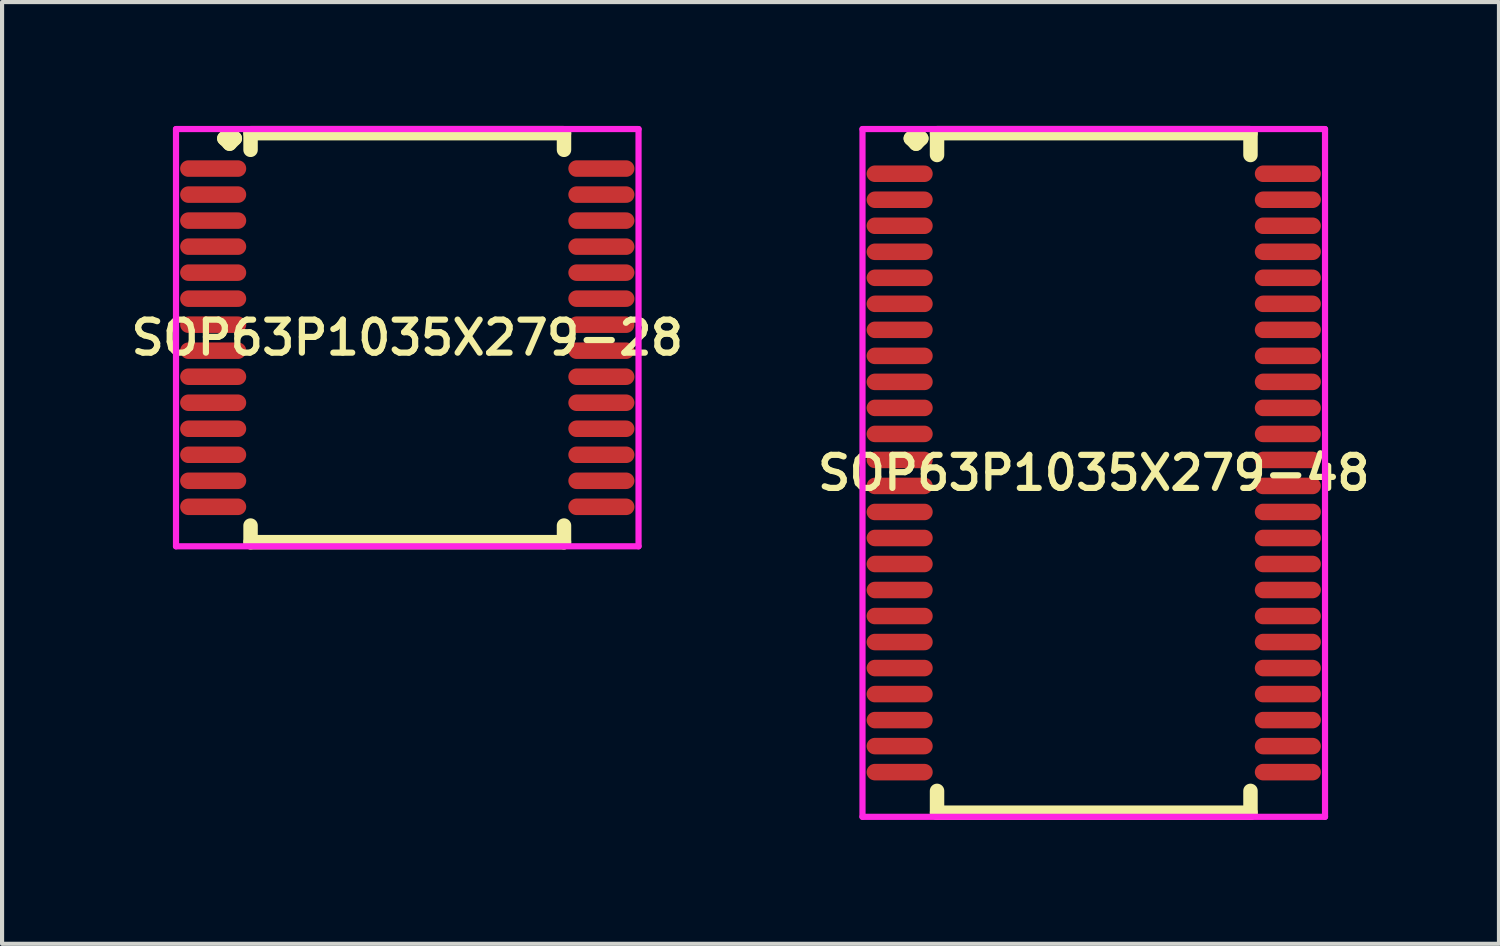
<source format=kicad_pcb>
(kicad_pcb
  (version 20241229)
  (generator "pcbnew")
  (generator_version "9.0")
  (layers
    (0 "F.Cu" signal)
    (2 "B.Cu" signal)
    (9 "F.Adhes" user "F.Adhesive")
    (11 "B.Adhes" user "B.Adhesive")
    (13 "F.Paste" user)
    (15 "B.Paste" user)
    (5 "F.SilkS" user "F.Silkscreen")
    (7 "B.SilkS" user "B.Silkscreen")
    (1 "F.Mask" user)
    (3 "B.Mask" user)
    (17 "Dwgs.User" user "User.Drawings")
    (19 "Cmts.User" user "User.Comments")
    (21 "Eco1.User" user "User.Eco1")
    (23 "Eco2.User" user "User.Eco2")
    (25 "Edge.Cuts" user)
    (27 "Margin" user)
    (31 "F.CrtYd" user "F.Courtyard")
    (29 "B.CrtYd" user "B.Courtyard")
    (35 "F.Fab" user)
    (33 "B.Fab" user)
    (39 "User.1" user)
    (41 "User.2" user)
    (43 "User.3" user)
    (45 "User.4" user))
  (footprint "SOP63P1035X279-48"
    (layer "F.Cu")
    (at 23.435 8.402)
    (property "Reference" "SOP63P1035X279-48" (at 0 0 0) (layer "F.SilkS") (effects (font (size 0.8 0.8) (thickness 0.15))))
    (attr smd)
    (fp_line (start -4.43 -8.1) (end -4.303 -8.227) (stroke (width 0.35) (type solid)) (layer "F.SilkS"))
    (fp_line (start -4.303 -8.227) (end -4.176 -8.1) (stroke (width 0.35) (type solid)) (layer "F.SilkS"))
    (fp_line (start -4.303 -7.973) (end -4.43 -8.1) (stroke (width 0.35) (type solid)) (layer "F.SilkS"))
    (fp_line (start -4.176 -8.1) (end -4.303 -7.973) (stroke (width 0.35) (type solid)) (layer "F.SilkS"))
    (fp_line (start -3.795 -8.227) (end 3.795 -8.227) (stroke (width 0.35) (type solid)) (layer "F.SilkS"))
    (fp_line (start -3.795 -7.699) (end -3.795 -8.227) (stroke (width 0.35) (type solid)) (layer "F.SilkS"))
    (fp_line (start -3.795 7.699) (end -3.795 8.227) (stroke (width 0.35) (type solid)) (layer "F.SilkS"))
    (fp_line (start -3.795 8.227) (end 3.795 8.227) (stroke (width 0.35) (type solid)) (layer "F.SilkS"))
    (fp_line (start 3.795 -8.227) (end 3.795 -7.699) (stroke (width 0.35) (type solid)) (layer "F.SilkS"))
    (fp_line (start 3.795 8.227) (end 3.795 7.699) (stroke (width 0.35) (type solid)) (layer "F.SilkS"))
    (fp_line (start -5.6 -8.327) (end 5.6 -8.327) (stroke (width 0.15) (type solid)) (layer "F.CrtYd"))
    (fp_line (start -5.6 8.327) (end -5.6 -8.327) (stroke (width 0.15) (type solid)) (layer "F.CrtYd"))
    (fp_line (start 5.6 -8.327) (end 5.6 8.327) (stroke (width 0.15) (type solid)) (layer "F.CrtYd"))
    (fp_line (start 5.6 8.327) (end -5.6 8.327) (stroke (width 0.15) (type solid)) (layer "F.CrtYd"))
    (pad "1" smd oval (at -4.7 -7.245) (size 1.6 0.4) (layers "F.Cu" "F.Mask" "F.Paste"))
    (pad "2" smd oval (at -4.7 -6.615) (size 1.6 0.4) (layers "F.Cu" "F.Mask" "F.Paste"))
    (pad "3" smd oval (at -4.7 -5.985) (size 1.6 0.4) (layers "F.Cu" "F.Mask" "F.Paste"))
    (pad "4" smd oval (at -4.7 -5.355) (size 1.6 0.4) (layers "F.Cu" "F.Mask" "F.Paste"))
    (pad "5" smd oval (at -4.7 -4.725) (size 1.6 0.4) (layers "F.Cu" "F.Mask" "F.Paste"))
    (pad "6" smd oval (at -4.7 -4.095) (size 1.6 0.4) (layers "F.Cu" "F.Mask" "F.Paste"))
    (pad "7" smd oval (at -4.7 -3.465) (size 1.6 0.4) (layers "F.Cu" "F.Mask" "F.Paste"))
    (pad "8" smd oval (at -4.7 -2.835) (size 1.6 0.4) (layers "F.Cu" "F.Mask" "F.Paste"))
    (pad "9" smd oval (at -4.7 -2.205) (size 1.6 0.4) (layers "F.Cu" "F.Mask" "F.Paste"))
    (pad "10" smd oval (at -4.7 -1.575) (size 1.6 0.4) (layers "F.Cu" "F.Mask" "F.Paste"))
    (pad "11" smd oval (at -4.7 -0.945) (size 1.6 0.4) (layers "F.Cu" "F.Mask" "F.Paste"))
    (pad "12" smd oval (at -4.7 -0.315) (size 1.6 0.4) (layers "F.Cu" "F.Mask" "F.Paste"))
    (pad "13" smd oval (at -4.7 0.315) (size 1.6 0.4) (layers "F.Cu" "F.Mask" "F.Paste"))
    (pad "14" smd oval (at -4.7 0.945) (size 1.6 0.4) (layers "F.Cu" "F.Mask" "F.Paste"))
    (pad "15" smd oval (at -4.7 1.575) (size 1.6 0.4) (layers "F.Cu" "F.Mask" "F.Paste"))
    (pad "16" smd oval (at -4.7 2.205) (size 1.6 0.4) (layers "F.Cu" "F.Mask" "F.Paste"))
    (pad "17" smd oval (at -4.7 2.835) (size 1.6 0.4) (layers "F.Cu" "F.Mask" "F.Paste"))
    (pad "18" smd oval (at -4.7 3.465) (size 1.6 0.4) (layers "F.Cu" "F.Mask" "F.Paste"))
    (pad "19" smd oval (at -4.7 4.095) (size 1.6 0.4) (layers "F.Cu" "F.Mask" "F.Paste"))
    (pad "20" smd oval (at -4.7 4.725) (size 1.6 0.4) (layers "F.Cu" "F.Mask" "F.Paste"))
    (pad "21" smd oval (at -4.7 5.355) (size 1.6 0.4) (layers "F.Cu" "F.Mask" "F.Paste"))
    (pad "22" smd oval (at -4.7 5.985) (size 1.6 0.4) (layers "F.Cu" "F.Mask" "F.Paste"))
    (pad "23" smd oval (at -4.7 6.615) (size 1.6 0.4) (layers "F.Cu" "F.Mask" "F.Paste"))
    (pad "24" smd oval (at -4.7 7.245) (size 1.6 0.4) (layers "F.Cu" "F.Mask" "F.Paste"))
    (pad "25" smd oval (at 4.7 7.245) (size 1.6 0.4) (layers "F.Cu" "F.Mask" "F.Paste"))
    (pad "26" smd oval (at 4.7 6.615) (size 1.6 0.4) (layers "F.Cu" "F.Mask" "F.Paste"))
    (pad "27" smd oval (at 4.7 5.985) (size 1.6 0.4) (layers "F.Cu" "F.Mask" "F.Paste"))
    (pad "28" smd oval (at 4.7 5.355) (size 1.6 0.4) (layers "F.Cu" "F.Mask" "F.Paste"))
    (pad "29" smd oval (at 4.7 4.725) (size 1.6 0.4) (layers "F.Cu" "F.Mask" "F.Paste"))
    (pad "30" smd oval (at 4.7 4.095) (size 1.6 0.4) (layers "F.Cu" "F.Mask" "F.Paste"))
    (pad "31" smd oval (at 4.7 3.465) (size 1.6 0.4) (layers "F.Cu" "F.Mask" "F.Paste"))
    (pad "32" smd oval (at 4.7 2.835) (size 1.6 0.4) (layers "F.Cu" "F.Mask" "F.Paste"))
    (pad "33" smd oval (at 4.7 2.205) (size 1.6 0.4) (layers "F.Cu" "F.Mask" "F.Paste"))
    (pad "34" smd oval (at 4.7 1.575) (size 1.6 0.4) (layers "F.Cu" "F.Mask" "F.Paste"))
    (pad "35" smd oval (at 4.7 0.945) (size 1.6 0.4) (layers "F.Cu" "F.Mask" "F.Paste"))
    (pad "36" smd oval (at 4.7 0.315) (size 1.6 0.4) (layers "F.Cu" "F.Mask" "F.Paste"))
    (pad "37" smd oval (at 4.7 -0.315) (size 1.6 0.4) (layers "F.Cu" "F.Mask" "F.Paste"))
    (pad "38" smd oval (at 4.7 -0.945) (size 1.6 0.4) (layers "F.Cu" "F.Mask" "F.Paste"))
    (pad "39" smd oval (at 4.7 -1.575) (size 1.6 0.4) (layers "F.Cu" "F.Mask" "F.Paste"))
    (pad "40" smd oval (at 4.7 -2.205) (size 1.6 0.4) (layers "F.Cu" "F.Mask" "F.Paste"))
    (pad "41" smd oval (at 4.7 -2.835) (size 1.6 0.4) (layers "F.Cu" "F.Mask" "F.Paste"))
    (pad "42" smd oval (at 4.7 -3.465) (size 1.6 0.4) (layers "F.Cu" "F.Mask" "F.Paste"))
    (pad "43" smd oval (at 4.7 -4.095) (size 1.6 0.4) (layers "F.Cu" "F.Mask" "F.Paste"))
    (pad "44" smd oval (at 4.7 -4.725) (size 1.6 0.4) (layers "F.Cu" "F.Mask" "F.Paste"))
    (pad "45" smd oval (at 4.7 -5.355) (size 1.6 0.4) (layers "F.Cu" "F.Mask" "F.Paste"))
    (pad "46" smd oval (at 4.7 -5.985) (size 1.6 0.4) (layers "F.Cu" "F.Mask" "F.Paste"))
    (pad "47" smd oval (at 4.7 -6.615) (size 1.6 0.4) (layers "F.Cu" "F.Mask" "F.Paste"))
    (pad "48" smd oval (at 4.7 -7.245) (size 1.6 0.4) (layers "F.Cu" "F.Mask" "F.Paste")))
  (footprint "SOP63P1035X279-28"
    (layer "F.Cu")
    (at 6.812 5.127)
    (property "Reference" "SOP63P1035X279-28" (at 0 0 0) (layer "F.SilkS") (effects (font (size 0.8 0.8) (thickness 0.15))))
    (attr smd)
    (fp_line (start -4.43 -4.825) (end -4.303 -4.952) (stroke (width 0.35) (type solid)) (layer "F.SilkS"))
    (fp_line (start -4.303 -4.952) (end -4.176 -4.825) (stroke (width 0.35) (type solid)) (layer "F.SilkS"))
    (fp_line (start -4.303 -4.698) (end -4.43 -4.825) (stroke (width 0.35) (type solid)) (layer "F.SilkS"))
    (fp_line (start -4.176 -4.825) (end -4.303 -4.698) (stroke (width 0.35) (type solid)) (layer "F.SilkS"))
    (fp_line (start -3.795 -4.952) (end 3.795 -4.952) (stroke (width 0.35) (type solid)) (layer "F.SilkS"))
    (fp_line (start -3.795 -4.549) (end -3.795 -4.952) (stroke (width 0.35) (type solid)) (layer "F.SilkS"))
    (fp_line (start -3.795 4.549) (end -3.795 4.952) (stroke (width 0.35) (type solid)) (layer "F.SilkS"))
    (fp_line (start -3.795 4.952) (end 3.795 4.952) (stroke (width 0.35) (type solid)) (layer "F.SilkS"))
    (fp_line (start 3.795 -4.952) (end 3.795 -4.549) (stroke (width 0.35) (type solid)) (layer "F.SilkS"))
    (fp_line (start 3.795 4.952) (end 3.795 4.549) (stroke (width 0.35) (type solid)) (layer "F.SilkS"))
    (fp_line (start -5.6 -5.052) (end 5.6 -5.052) (stroke (width 0.15) (type solid)) (layer "F.CrtYd"))
    (fp_line (start -5.6 5.052) (end -5.6 -5.052) (stroke (width 0.15) (type solid)) (layer "F.CrtYd"))
    (fp_line (start 5.6 -5.052) (end 5.6 5.052) (stroke (width 0.15) (type solid)) (layer "F.CrtYd"))
    (fp_line (start 5.6 5.052) (end -5.6 5.052) (stroke (width 0.15) (type solid)) (layer "F.CrtYd"))
    (pad "1" smd oval (at -4.7 -4.095) (size 1.6 0.4) (layers "F.Cu" "F.Mask" "F.Paste"))
    (pad "2" smd oval (at -4.7 -3.465) (size 1.6 0.4) (layers "F.Cu" "F.Mask" "F.Paste"))
    (pad "3" smd oval (at -4.7 -2.835) (size 1.6 0.4) (layers "F.Cu" "F.Mask" "F.Paste"))
    (pad "4" smd oval (at -4.7 -2.205) (size 1.6 0.4) (layers "F.Cu" "F.Mask" "F.Paste"))
    (pad "5" smd oval (at -4.7 -1.575) (size 1.6 0.4) (layers "F.Cu" "F.Mask" "F.Paste"))
    (pad "6" smd oval (at -4.7 -0.945) (size 1.6 0.4) (layers "F.Cu" "F.Mask" "F.Paste"))
    (pad "7" smd oval (at -4.7 -0.315) (size 1.6 0.4) (layers "F.Cu" "F.Mask" "F.Paste"))
    (pad "8" smd oval (at -4.7 0.315) (size 1.6 0.4) (layers "F.Cu" "F.Mask" "F.Paste"))
    (pad "9" smd oval (at -4.7 0.945) (size 1.6 0.4) (layers "F.Cu" "F.Mask" "F.Paste"))
    (pad "10" smd oval (at -4.7 1.575) (size 1.6 0.4) (layers "F.Cu" "F.Mask" "F.Paste"))
    (pad "11" smd oval (at -4.7 2.205) (size 1.6 0.4) (layers "F.Cu" "F.Mask" "F.Paste"))
    (pad "12" smd oval (at -4.7 2.835) (size 1.6 0.4) (layers "F.Cu" "F.Mask" "F.Paste"))
    (pad "13" smd oval (at -4.7 3.465) (size 1.6 0.4) (layers "F.Cu" "F.Mask" "F.Paste"))
    (pad "14" smd oval (at -4.7 4.095) (size 1.6 0.4) (layers "F.Cu" "F.Mask" "F.Paste"))
    (pad "15" smd oval (at 4.7 4.095) (size 1.6 0.4) (layers "F.Cu" "F.Mask" "F.Paste"))
    (pad "16" smd oval (at 4.7 3.465) (size 1.6 0.4) (layers "F.Cu" "F.Mask" "F.Paste"))
    (pad "17" smd oval (at 4.7 2.835) (size 1.6 0.4) (layers "F.Cu" "F.Mask" "F.Paste"))
    (pad "18" smd oval (at 4.7 2.205) (size 1.6 0.4) (layers "F.Cu" "F.Mask" "F.Paste"))
    (pad "19" smd oval (at 4.7 1.575) (size 1.6 0.4) (layers "F.Cu" "F.Mask" "F.Paste"))
    (pad "20" smd oval (at 4.7 0.945) (size 1.6 0.4) (layers "F.Cu" "F.Mask" "F.Paste"))
    (pad "21" smd oval (at 4.7 0.315) (size 1.6 0.4) (layers "F.Cu" "F.Mask" "F.Paste"))
    (pad "22" smd oval (at 4.7 -0.315) (size 1.6 0.4) (layers "F.Cu" "F.Mask" "F.Paste"))
    (pad "23" smd oval (at 4.7 -0.945) (size 1.6 0.4) (layers "F.Cu" "F.Mask" "F.Paste"))
    (pad "24" smd oval (at 4.7 -1.575) (size 1.6 0.4) (layers "F.Cu" "F.Mask" "F.Paste"))
    (pad "25" smd oval (at 4.7 -2.205) (size 1.6 0.4) (layers "F.Cu" "F.Mask" "F.Paste"))
    (pad "26" smd oval (at 4.7 -2.835) (size 1.6 0.4) (layers "F.Cu" "F.Mask" "F.Paste"))
    (pad "27" smd oval (at 4.7 -3.465) (size 1.6 0.4) (layers "F.Cu" "F.Mask" "F.Paste"))
    (pad "28" smd oval (at 4.7 -4.095) (size 1.6 0.4) (layers "F.Cu" "F.Mask" "F.Paste")))
  (gr_rect
    (start -3 -3)
    (end 33.247 19.804)
    (stroke (width 0.1) (type default))
    (fill no)
    (layer "Edge.Cuts")))
</source>
